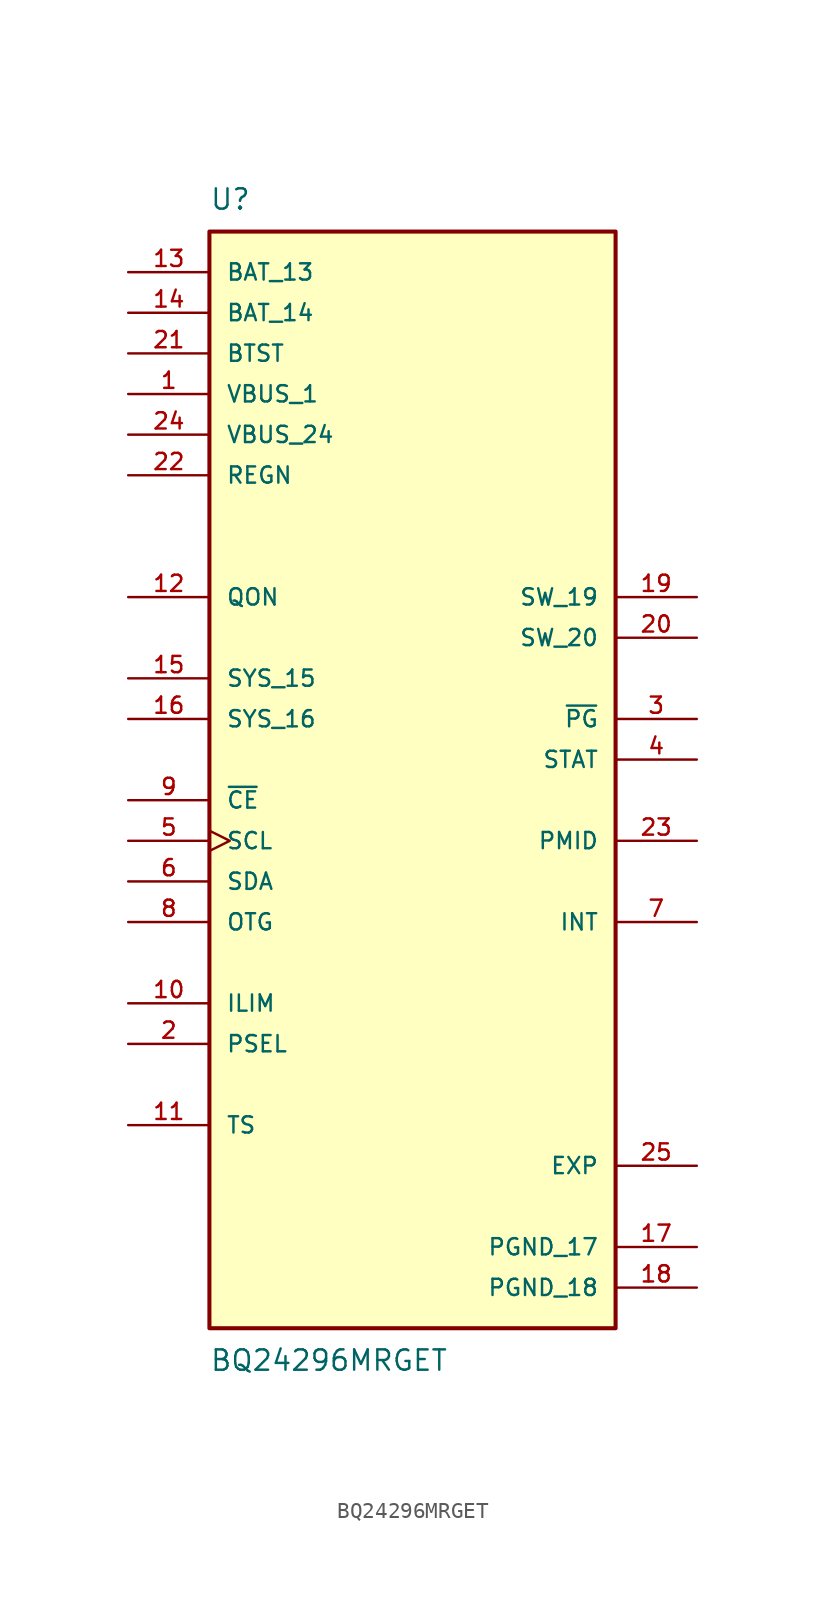
<source format=kicad_sym>
(kicad_symbol_lib
  (version 20211014)
  (generator kicad_symbol_editor)
  (symbol "BQ24296MRGET"
    (pin_names
      (offset 1.016))
    (property "Reference" "U"
      (at -12.7 34.29 0.0)
      (effects (font (size 1.27 1.27)) (justify bottom left)))
    (property "Value" "BQ24296MRGET"
      (at -12.7 -36.83 0.0)
      (effects (font (size 1.27 1.27)) (justify top left)))
    (symbol "BQ24296MRGET_0_0"
      (rectangle (start -12.7 -35.56) (end 12.7 33.02) (stroke (width 0.254)) (fill (type background)))
      (pin power_in line (at -17.78 22.86 0) (length 5.08) (name "VBUS_1" (effects (font (size 1.016 1.016)))) (number "1" (effects (font (size 1.016 1.016)))))
      (pin input line (at -17.78 -17.78 0) (length 5.08) (name "PSEL" (effects (font (size 1.016 1.016)))) (number "2" (effects (font (size 1.016 1.016)))))
      (pin output line (at 17.78 2.54 180.0) (length 5.08) (name "~{PG}" (effects (font (size 1.016 1.016)))) (number "3" (effects (font (size 1.016 1.016)))))
      (pin output line (at 17.78 0.0 180.0) (length 5.08) (name "STAT" (effects (font (size 1.016 1.016)))) (number "4" (effects (font (size 1.016 1.016)))))
      (pin input clock (at -17.78 -5.08 0) (length 5.08) (name "SCL" (effects (font (size 1.016 1.016)))) (number "5" (effects (font (size 1.016 1.016)))))
      (pin bidirectional line (at -17.78 -7.62 0) (length 5.08) (name "SDA" (effects (font (size 1.016 1.016)))) (number "6" (effects (font (size 1.016 1.016)))))
      (pin output line (at 17.78 -10.16 180.0) (length 5.08) (name "INT" (effects (font (size 1.016 1.016)))) (number "7" (effects (font (size 1.016 1.016)))))
      (pin input line (at -17.78 -10.16 0) (length 5.08) (name "OTG" (effects (font (size 1.016 1.016)))) (number "8" (effects (font (size 1.016 1.016)))))
      (pin input line (at -17.78 -2.54 0) (length 5.08) (name "~{CE}" (effects (font (size 1.016 1.016)))) (number "9" (effects (font (size 1.016 1.016)))))
      (pin input line (at -17.78 -15.24 0) (length 5.08) (name "ILIM" (effects (font (size 1.016 1.016)))) (number "10" (effects (font (size 1.016 1.016)))))
      (pin input line (at -17.78 -22.86 0) (length 5.08) (name "TS" (effects (font (size 1.016 1.016)))) (number "11" (effects (font (size 1.016 1.016)))))
      (pin input line (at -17.78 10.16 0) (length 5.08) (name "QON" (effects (font (size 1.016 1.016)))) (number "12" (effects (font (size 1.016 1.016)))))
      (pin power_in line (at -17.78 30.48 0) (length 5.08) (name "BAT_13" (effects (font (size 1.016 1.016)))) (number "13" (effects (font (size 1.016 1.016)))))
      (pin input line (at -17.78 5.08 0) (length 5.08) (name "SYS_15" (effects (font (size 1.016 1.016)))) (number "15" (effects (font (size 1.016 1.016)))))
      (pin power_in line (at 17.78 -30.48 180.0) (length 5.08) (name "PGND_17" (effects (font (size 1.016 1.016)))) (number "17" (effects (font (size 1.016 1.016)))))
      (pin output line (at 17.78 10.16 180.0) (length 5.08) (name "SW_19" (effects (font (size 1.016 1.016)))) (number "19" (effects (font (size 1.016 1.016)))))
      (pin power_in line (at -17.78 25.4 0) (length 5.08) (name "BTST" (effects (font (size 1.016 1.016)))) (number "21" (effects (font (size 1.016 1.016)))))
      (pin power_in line (at -17.78 17.78 0) (length 5.08) (name "REGN" (effects (font (size 1.016 1.016)))) (number "22" (effects (font (size 1.016 1.016)))))
      (pin output line (at 17.78 -5.08 180.0) (length 5.08) (name "PMID" (effects (font (size 1.016 1.016)))) (number "23" (effects (font (size 1.016 1.016)))))
      (pin power_in line (at 17.78 -25.4 180.0) (length 5.08) (name "EXP" (effects (font (size 1.016 1.016)))) (number "25" (effects (font (size 1.016 1.016)))))
      (pin power_in line (at -17.78 20.32 0) (length 5.08) (name "VBUS_24" (effects (font (size 1.016 1.016)))) (number "24" (effects (font (size 1.016 1.016)))))
      (pin power_in line (at -17.78 27.94 0) (length 5.08) (name "BAT_14" (effects (font (size 1.016 1.016)))) (number "14" (effects (font (size 1.016 1.016)))))
      (pin input line (at -17.78 2.54 0) (length 5.08) (name "SYS_16" (effects (font (size 1.016 1.016)))) (number "16" (effects (font (size 1.016 1.016)))))
      (pin power_in line (at 17.78 -33.02 180.0) (length 5.08) (name "PGND_18" (effects (font (size 1.016 1.016)))) (number "18" (effects (font (size 1.016 1.016)))))
      (pin output line (at 17.78 7.62 180.0) (length 5.08) (name "SW_20" (effects (font (size 1.016 1.016)))) (number "20" (effects (font (size 1.016 1.016))))))))
</source>
